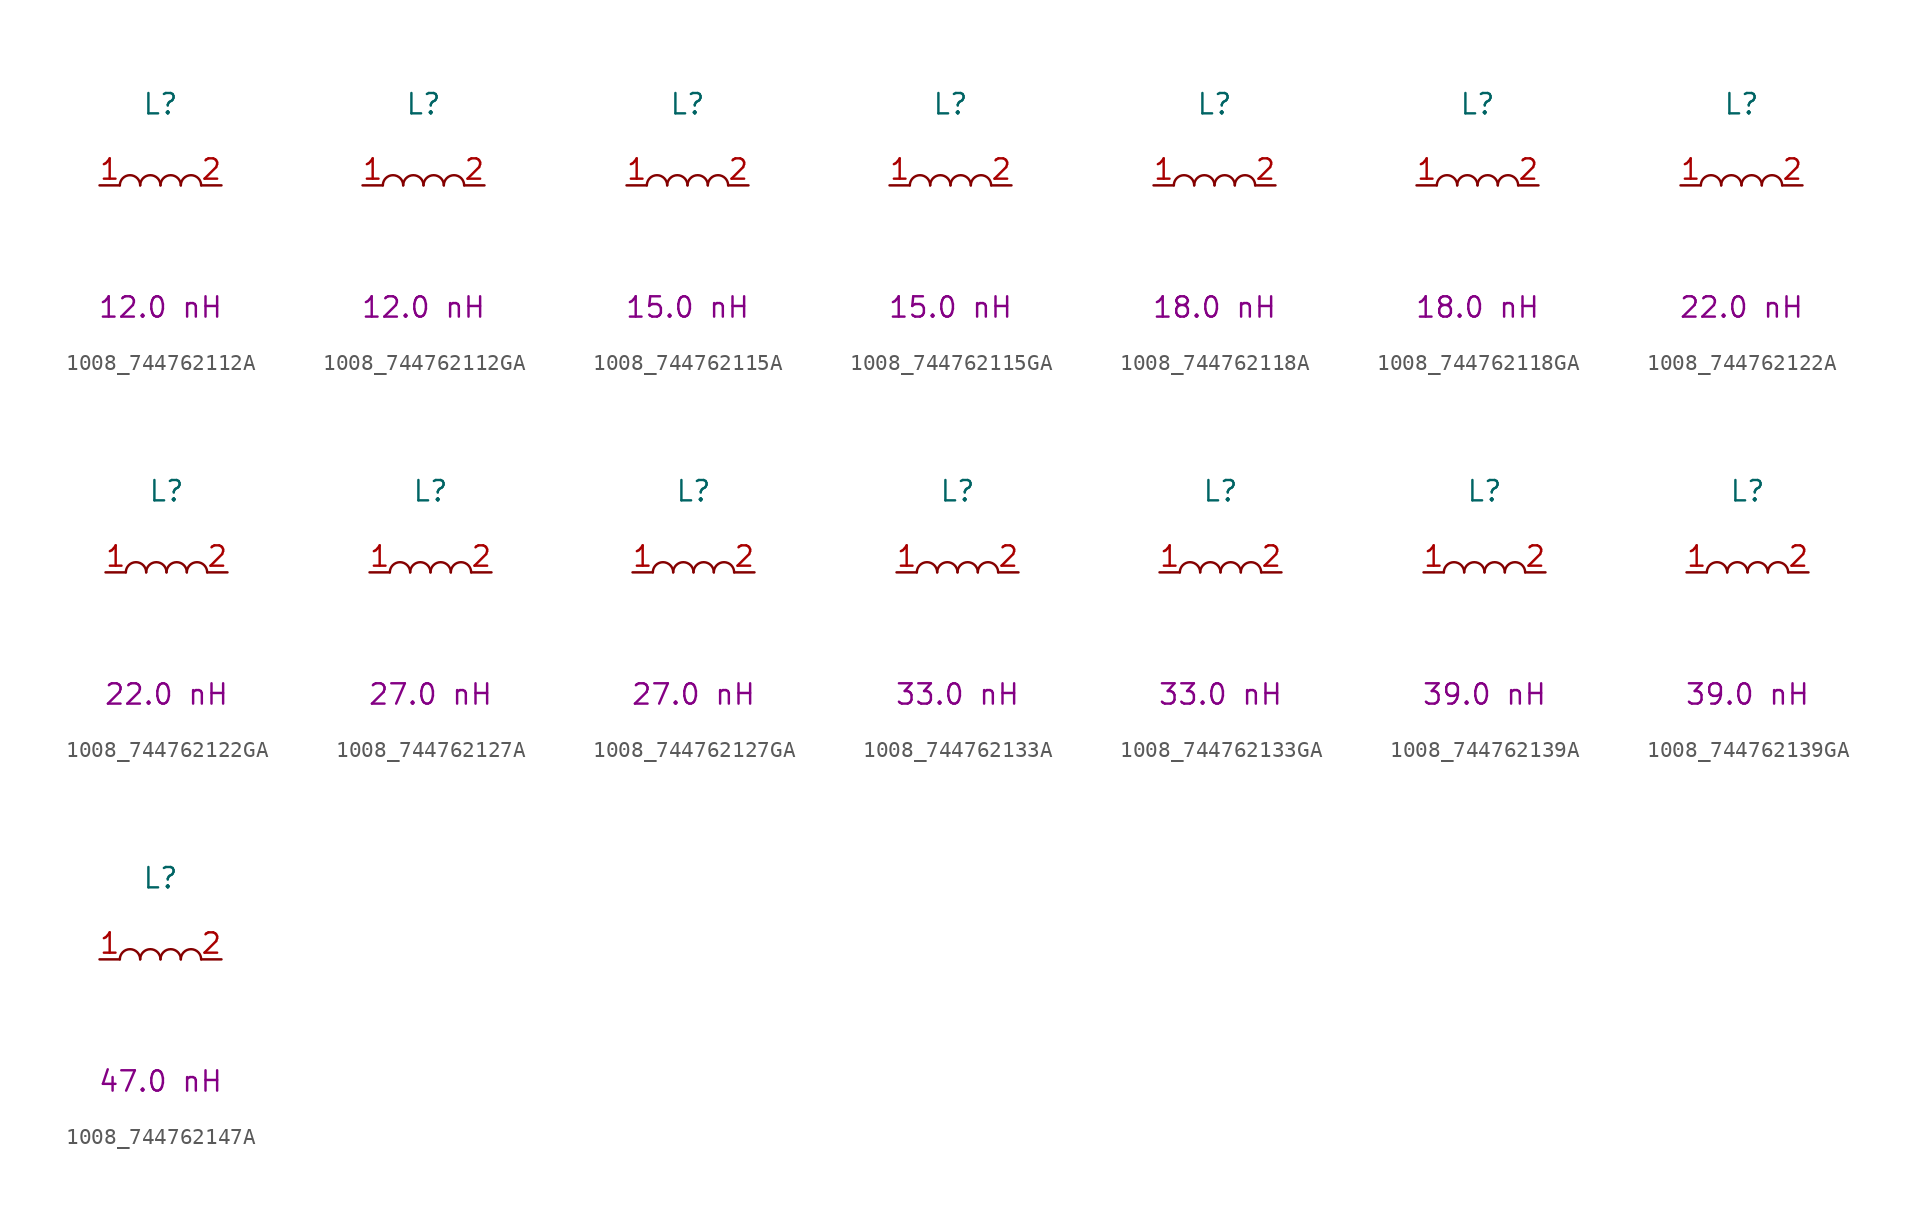
<source format=kicad_sym>
(kicad_symbol_lib
  (version 20220914)
  (generator kicad_symbol_editor)
  (symbol "1008_744762112A"
    (pin_names hide)
    (property "Reference" "L"
      (at 0 5.08 0)
      (effects (font (size 1.27 1.27))))
    (property "Critical Parameter" "12.0 nH"
      (at 0 -7.62 0)
      (effects (font (size 1.27 1.27))))
    (symbol "1008_744762112A_0_1"
      (arc (start -1.27 0) (mid -1.905 0.6323) (end -2.54 0) (stroke (width 0) (type default)) (fill (type none)))
      (arc (start 0 0) (mid -0.635 0.6323) (end -1.27 0) (stroke (width 0) (type default)) (fill (type none)))
      (arc (start 1.27 0) (mid 0.635 0.6323) (end 0 0) (stroke (width 0) (type default)) (fill (type none)))
      (arc (start 2.54 0) (mid 1.905 0.6323) (end 1.27 0) (stroke (width 0) (type default)) (fill (type none))))
    (symbol "1008_744762112A_1_1"
      (pin passive line (at -3.81 0 0) (length 1.27) (name "1" (effects (font (size 1.27 1.27)))) (number "1" (effects (font (size 1.27 1.27)))))
      (pin passive line (at 3.81 0 180) (length 1.27) (name "2" (effects (font (size 1.27 1.27)))) (number "2" (effects (font (size 1.27 1.27)))))))
  (symbol "1008_744762112GA"
    (pin_names hide)
    (property "Reference" "L"
      (at 0 5.08 0)
      (effects (font (size 1.27 1.27))))
    (property "Critical Parameter" "12.0 nH"
      (at 0 -7.62 0)
      (effects (font (size 1.27 1.27))))
    (symbol "1008_744762112GA_0_1"
      (arc (start -1.27 0) (mid -1.905 0.6323) (end -2.54 0) (stroke (width 0) (type default)) (fill (type none)))
      (arc (start 0 0) (mid -0.635 0.6323) (end -1.27 0) (stroke (width 0) (type default)) (fill (type none)))
      (arc (start 1.27 0) (mid 0.635 0.6323) (end 0 0) (stroke (width 0) (type default)) (fill (type none)))
      (arc (start 2.54 0) (mid 1.905 0.6323) (end 1.27 0) (stroke (width 0) (type default)) (fill (type none))))
    (symbol "1008_744762112GA_1_1"
      (pin passive line (at -3.81 0 0) (length 1.27) (name "1" (effects (font (size 1.27 1.27)))) (number "1" (effects (font (size 1.27 1.27)))))
      (pin passive line (at 3.81 0 180) (length 1.27) (name "2" (effects (font (size 1.27 1.27)))) (number "2" (effects (font (size 1.27 1.27)))))))
  (symbol "1008_744762115A"
    (pin_names hide)
    (property "Reference" "L"
      (at 0 5.08 0)
      (effects (font (size 1.27 1.27))))
    (property "Critical Parameter" "15.0 nH"
      (at 0 -7.62 0)
      (effects (font (size 1.27 1.27))))
    (symbol "1008_744762115A_0_1"
      (arc (start -1.27 0) (mid -1.905 0.6323) (end -2.54 0) (stroke (width 0) (type default)) (fill (type none)))
      (arc (start 0 0) (mid -0.635 0.6323) (end -1.27 0) (stroke (width 0) (type default)) (fill (type none)))
      (arc (start 1.27 0) (mid 0.635 0.6323) (end 0 0) (stroke (width 0) (type default)) (fill (type none)))
      (arc (start 2.54 0) (mid 1.905 0.6323) (end 1.27 0) (stroke (width 0) (type default)) (fill (type none))))
    (symbol "1008_744762115A_1_1"
      (pin passive line (at -3.81 0 0) (length 1.27) (name "1" (effects (font (size 1.27 1.27)))) (number "1" (effects (font (size 1.27 1.27)))))
      (pin passive line (at 3.81 0 180) (length 1.27) (name "2" (effects (font (size 1.27 1.27)))) (number "2" (effects (font (size 1.27 1.27)))))))
  (symbol "1008_744762115GA"
    (pin_names hide)
    (property "Reference" "L"
      (at 0 5.08 0)
      (effects (font (size 1.27 1.27))))
    (property "Critical Parameter" "15.0 nH"
      (at 0 -7.62 0)
      (effects (font (size 1.27 1.27))))
    (symbol "1008_744762115GA_0_1"
      (arc (start -1.27 0) (mid -1.905 0.6323) (end -2.54 0) (stroke (width 0) (type default)) (fill (type none)))
      (arc (start 0 0) (mid -0.635 0.6323) (end -1.27 0) (stroke (width 0) (type default)) (fill (type none)))
      (arc (start 1.27 0) (mid 0.635 0.6323) (end 0 0) (stroke (width 0) (type default)) (fill (type none)))
      (arc (start 2.54 0) (mid 1.905 0.6323) (end 1.27 0) (stroke (width 0) (type default)) (fill (type none))))
    (symbol "1008_744762115GA_1_1"
      (pin passive line (at -3.81 0 0) (length 1.27) (name "1" (effects (font (size 1.27 1.27)))) (number "1" (effects (font (size 1.27 1.27)))))
      (pin passive line (at 3.81 0 180) (length 1.27) (name "2" (effects (font (size 1.27 1.27)))) (number "2" (effects (font (size 1.27 1.27)))))))
  (symbol "1008_744762118A"
    (pin_names hide)
    (property "Reference" "L"
      (at 0 5.08 0)
      (effects (font (size 1.27 1.27))))
    (property "Critical Parameter" "18.0 nH"
      (at 0 -7.62 0)
      (effects (font (size 1.27 1.27))))
    (symbol "1008_744762118A_0_1"
      (arc (start -1.27 0) (mid -1.905 0.6323) (end -2.54 0) (stroke (width 0) (type default)) (fill (type none)))
      (arc (start 0 0) (mid -0.635 0.6323) (end -1.27 0) (stroke (width 0) (type default)) (fill (type none)))
      (arc (start 1.27 0) (mid 0.635 0.6323) (end 0 0) (stroke (width 0) (type default)) (fill (type none)))
      (arc (start 2.54 0) (mid 1.905 0.6323) (end 1.27 0) (stroke (width 0) (type default)) (fill (type none))))
    (symbol "1008_744762118A_1_1"
      (pin passive line (at -3.81 0 0) (length 1.27) (name "1" (effects (font (size 1.27 1.27)))) (number "1" (effects (font (size 1.27 1.27)))))
      (pin passive line (at 3.81 0 180) (length 1.27) (name "2" (effects (font (size 1.27 1.27)))) (number "2" (effects (font (size 1.27 1.27)))))))
  (symbol "1008_744762118GA"
    (pin_names hide)
    (property "Reference" "L"
      (at 0 5.08 0)
      (effects (font (size 1.27 1.27))))
    (property "Critical Parameter" "18.0 nH"
      (at 0 -7.62 0)
      (effects (font (size 1.27 1.27))))
    (symbol "1008_744762118GA_0_1"
      (arc (start -1.27 0) (mid -1.905 0.6323) (end -2.54 0) (stroke (width 0) (type default)) (fill (type none)))
      (arc (start 0 0) (mid -0.635 0.6323) (end -1.27 0) (stroke (width 0) (type default)) (fill (type none)))
      (arc (start 1.27 0) (mid 0.635 0.6323) (end 0 0) (stroke (width 0) (type default)) (fill (type none)))
      (arc (start 2.54 0) (mid 1.905 0.6323) (end 1.27 0) (stroke (width 0) (type default)) (fill (type none))))
    (symbol "1008_744762118GA_1_1"
      (pin passive line (at -3.81 0 0) (length 1.27) (name "1" (effects (font (size 1.27 1.27)))) (number "1" (effects (font (size 1.27 1.27)))))
      (pin passive line (at 3.81 0 180) (length 1.27) (name "2" (effects (font (size 1.27 1.27)))) (number "2" (effects (font (size 1.27 1.27)))))))
  (symbol "1008_744762122A"
    (pin_names hide)
    (property "Reference" "L"
      (at 0 5.08 0)
      (effects (font (size 1.27 1.27))))
    (property "Critical Parameter" "22.0 nH"
      (at 0 -7.62 0)
      (effects (font (size 1.27 1.27))))
    (symbol "1008_744762122A_0_1"
      (arc (start -1.27 0) (mid -1.905 0.6323) (end -2.54 0) (stroke (width 0) (type default)) (fill (type none)))
      (arc (start 0 0) (mid -0.635 0.6323) (end -1.27 0) (stroke (width 0) (type default)) (fill (type none)))
      (arc (start 1.27 0) (mid 0.635 0.6323) (end 0 0) (stroke (width 0) (type default)) (fill (type none)))
      (arc (start 2.54 0) (mid 1.905 0.6323) (end 1.27 0) (stroke (width 0) (type default)) (fill (type none))))
    (symbol "1008_744762122A_1_1"
      (pin passive line (at -3.81 0 0) (length 1.27) (name "1" (effects (font (size 1.27 1.27)))) (number "1" (effects (font (size 1.27 1.27)))))
      (pin passive line (at 3.81 0 180) (length 1.27) (name "2" (effects (font (size 1.27 1.27)))) (number "2" (effects (font (size 1.27 1.27)))))))
  (symbol "1008_744762122GA"
    (pin_names hide)
    (property "Reference" "L"
      (at 0 5.08 0)
      (effects (font (size 1.27 1.27))))
    (property "Critical Parameter" "22.0 nH"
      (at 0 -7.62 0)
      (effects (font (size 1.27 1.27))))
    (symbol "1008_744762122GA_0_1"
      (arc (start -1.27 0) (mid -1.905 0.6323) (end -2.54 0) (stroke (width 0) (type default)) (fill (type none)))
      (arc (start 0 0) (mid -0.635 0.6323) (end -1.27 0) (stroke (width 0) (type default)) (fill (type none)))
      (arc (start 1.27 0) (mid 0.635 0.6323) (end 0 0) (stroke (width 0) (type default)) (fill (type none)))
      (arc (start 2.54 0) (mid 1.905 0.6323) (end 1.27 0) (stroke (width 0) (type default)) (fill (type none))))
    (symbol "1008_744762122GA_1_1"
      (pin passive line (at -3.81 0 0) (length 1.27) (name "1" (effects (font (size 1.27 1.27)))) (number "1" (effects (font (size 1.27 1.27)))))
      (pin passive line (at 3.81 0 180) (length 1.27) (name "2" (effects (font (size 1.27 1.27)))) (number "2" (effects (font (size 1.27 1.27)))))))
  (symbol "1008_744762127A"
    (pin_names hide)
    (property "Reference" "L"
      (at 0 5.08 0)
      (effects (font (size 1.27 1.27))))
    (property "Critical Parameter" "27.0 nH"
      (at 0 -7.62 0)
      (effects (font (size 1.27 1.27))))
    (symbol "1008_744762127A_0_1"
      (arc (start -1.27 0) (mid -1.905 0.6323) (end -2.54 0) (stroke (width 0) (type default)) (fill (type none)))
      (arc (start 0 0) (mid -0.635 0.6323) (end -1.27 0) (stroke (width 0) (type default)) (fill (type none)))
      (arc (start 1.27 0) (mid 0.635 0.6323) (end 0 0) (stroke (width 0) (type default)) (fill (type none)))
      (arc (start 2.54 0) (mid 1.905 0.6323) (end 1.27 0) (stroke (width 0) (type default)) (fill (type none))))
    (symbol "1008_744762127A_1_1"
      (pin passive line (at -3.81 0 0) (length 1.27) (name "1" (effects (font (size 1.27 1.27)))) (number "1" (effects (font (size 1.27 1.27)))))
      (pin passive line (at 3.81 0 180) (length 1.27) (name "2" (effects (font (size 1.27 1.27)))) (number "2" (effects (font (size 1.27 1.27)))))))
  (symbol "1008_744762127GA"
    (pin_names hide)
    (property "Reference" "L"
      (at 0 5.08 0)
      (effects (font (size 1.27 1.27))))
    (property "Critical Parameter" "27.0 nH"
      (at 0 -7.62 0)
      (effects (font (size 1.27 1.27))))
    (symbol "1008_744762127GA_0_1"
      (arc (start -1.27 0) (mid -1.905 0.6323) (end -2.54 0) (stroke (width 0) (type default)) (fill (type none)))
      (arc (start 0 0) (mid -0.635 0.6323) (end -1.27 0) (stroke (width 0) (type default)) (fill (type none)))
      (arc (start 1.27 0) (mid 0.635 0.6323) (end 0 0) (stroke (width 0) (type default)) (fill (type none)))
      (arc (start 2.54 0) (mid 1.905 0.6323) (end 1.27 0) (stroke (width 0) (type default)) (fill (type none))))
    (symbol "1008_744762127GA_1_1"
      (pin passive line (at -3.81 0 0) (length 1.27) (name "1" (effects (font (size 1.27 1.27)))) (number "1" (effects (font (size 1.27 1.27)))))
      (pin passive line (at 3.81 0 180) (length 1.27) (name "2" (effects (font (size 1.27 1.27)))) (number "2" (effects (font (size 1.27 1.27)))))))
  (symbol "1008_744762133A"
    (pin_names hide)
    (property "Reference" "L"
      (at 0 5.08 0)
      (effects (font (size 1.27 1.27))))
    (property "Critical Parameter" "33.0 nH"
      (at 0 -7.62 0)
      (effects (font (size 1.27 1.27))))
    (symbol "1008_744762133A_0_1"
      (arc (start -1.27 0) (mid -1.905 0.6323) (end -2.54 0) (stroke (width 0) (type default)) (fill (type none)))
      (arc (start 0 0) (mid -0.635 0.6323) (end -1.27 0) (stroke (width 0) (type default)) (fill (type none)))
      (arc (start 1.27 0) (mid 0.635 0.6323) (end 0 0) (stroke (width 0) (type default)) (fill (type none)))
      (arc (start 2.54 0) (mid 1.905 0.6323) (end 1.27 0) (stroke (width 0) (type default)) (fill (type none))))
    (symbol "1008_744762133A_1_1"
      (pin passive line (at -3.81 0 0) (length 1.27) (name "1" (effects (font (size 1.27 1.27)))) (number "1" (effects (font (size 1.27 1.27)))))
      (pin passive line (at 3.81 0 180) (length 1.27) (name "2" (effects (font (size 1.27 1.27)))) (number "2" (effects (font (size 1.27 1.27)))))))
  (symbol "1008_744762133GA"
    (pin_names hide)
    (property "Reference" "L"
      (at 0 5.08 0)
      (effects (font (size 1.27 1.27))))
    (property "Critical Parameter" "33.0 nH"
      (at 0 -7.62 0)
      (effects (font (size 1.27 1.27))))
    (symbol "1008_744762133GA_0_1"
      (arc (start -1.27 0) (mid -1.905 0.6323) (end -2.54 0) (stroke (width 0) (type default)) (fill (type none)))
      (arc (start 0 0) (mid -0.635 0.6323) (end -1.27 0) (stroke (width 0) (type default)) (fill (type none)))
      (arc (start 1.27 0) (mid 0.635 0.6323) (end 0 0) (stroke (width 0) (type default)) (fill (type none)))
      (arc (start 2.54 0) (mid 1.905 0.6323) (end 1.27 0) (stroke (width 0) (type default)) (fill (type none))))
    (symbol "1008_744762133GA_1_1"
      (pin passive line (at -3.81 0 0) (length 1.27) (name "1" (effects (font (size 1.27 1.27)))) (number "1" (effects (font (size 1.27 1.27)))))
      (pin passive line (at 3.81 0 180) (length 1.27) (name "2" (effects (font (size 1.27 1.27)))) (number "2" (effects (font (size 1.27 1.27)))))))
  (symbol "1008_744762139A"
    (pin_names hide)
    (property "Reference" "L"
      (at 0 5.08 0)
      (effects (font (size 1.27 1.27))))
    (property "Critical Parameter" "39.0 nH"
      (at 0 -7.62 0)
      (effects (font (size 1.27 1.27))))
    (symbol "1008_744762139A_0_1"
      (arc (start -1.27 0) (mid -1.905 0.6323) (end -2.54 0) (stroke (width 0) (type default)) (fill (type none)))
      (arc (start 0 0) (mid -0.635 0.6323) (end -1.27 0) (stroke (width 0) (type default)) (fill (type none)))
      (arc (start 1.27 0) (mid 0.635 0.6323) (end 0 0) (stroke (width 0) (type default)) (fill (type none)))
      (arc (start 2.54 0) (mid 1.905 0.6323) (end 1.27 0) (stroke (width 0) (type default)) (fill (type none))))
    (symbol "1008_744762139A_1_1"
      (pin passive line (at -3.81 0 0) (length 1.27) (name "1" (effects (font (size 1.27 1.27)))) (number "1" (effects (font (size 1.27 1.27)))))
      (pin passive line (at 3.81 0 180) (length 1.27) (name "2" (effects (font (size 1.27 1.27)))) (number "2" (effects (font (size 1.27 1.27)))))))
  (symbol "1008_744762139GA"
    (pin_names hide)
    (property "Reference" "L"
      (at 0 5.08 0)
      (effects (font (size 1.27 1.27))))
    (property "Critical Parameter" "39.0 nH"
      (at 0 -7.62 0)
      (effects (font (size 1.27 1.27))))
    (symbol "1008_744762139GA_0_1"
      (arc (start -1.27 0) (mid -1.905 0.6323) (end -2.54 0) (stroke (width 0) (type default)) (fill (type none)))
      (arc (start 0 0) (mid -0.635 0.6323) (end -1.27 0) (stroke (width 0) (type default)) (fill (type none)))
      (arc (start 1.27 0) (mid 0.635 0.6323) (end 0 0) (stroke (width 0) (type default)) (fill (type none)))
      (arc (start 2.54 0) (mid 1.905 0.6323) (end 1.27 0) (stroke (width 0) (type default)) (fill (type none))))
    (symbol "1008_744762139GA_1_1"
      (pin passive line (at -3.81 0 0) (length 1.27) (name "1" (effects (font (size 1.27 1.27)))) (number "1" (effects (font (size 1.27 1.27)))))
      (pin passive line (at 3.81 0 180) (length 1.27) (name "2" (effects (font (size 1.27 1.27)))) (number "2" (effects (font (size 1.27 1.27)))))))
  (symbol "1008_744762147A"
    (pin_names hide)
    (property "Reference" "L"
      (at 0 5.08 0)
      (effects (font (size 1.27 1.27))))
    (property "Critical Parameter" "47.0 nH"
      (at 0 -7.62 0)
      (effects (font (size 1.27 1.27))))
    (symbol "1008_744762147A_0_1"
      (arc (start -1.27 0) (mid -1.905 0.6323) (end -2.54 0) (stroke (width 0) (type default)) (fill (type none)))
      (arc (start 0 0) (mid -0.635 0.6323) (end -1.27 0) (stroke (width 0) (type default)) (fill (type none)))
      (arc (start 1.27 0) (mid 0.635 0.6323) (end 0 0) (stroke (width 0) (type default)) (fill (type none)))
      (arc (start 2.54 0) (mid 1.905 0.6323) (end 1.27 0) (stroke (width 0) (type default)) (fill (type none))))
    (symbol "1008_744762147A_1_1"
      (pin passive line (at -3.81 0 0) (length 1.27) (name "1" (effects (font (size 1.27 1.27)))) (number "1" (effects (font (size 1.27 1.27)))))
      (pin passive line (at 3.81 0 180) (length 1.27) (name "2" (effects (font (size 1.27 1.27)))) (number "2" (effects (font (size 1.27 1.27))))))))
</source>
